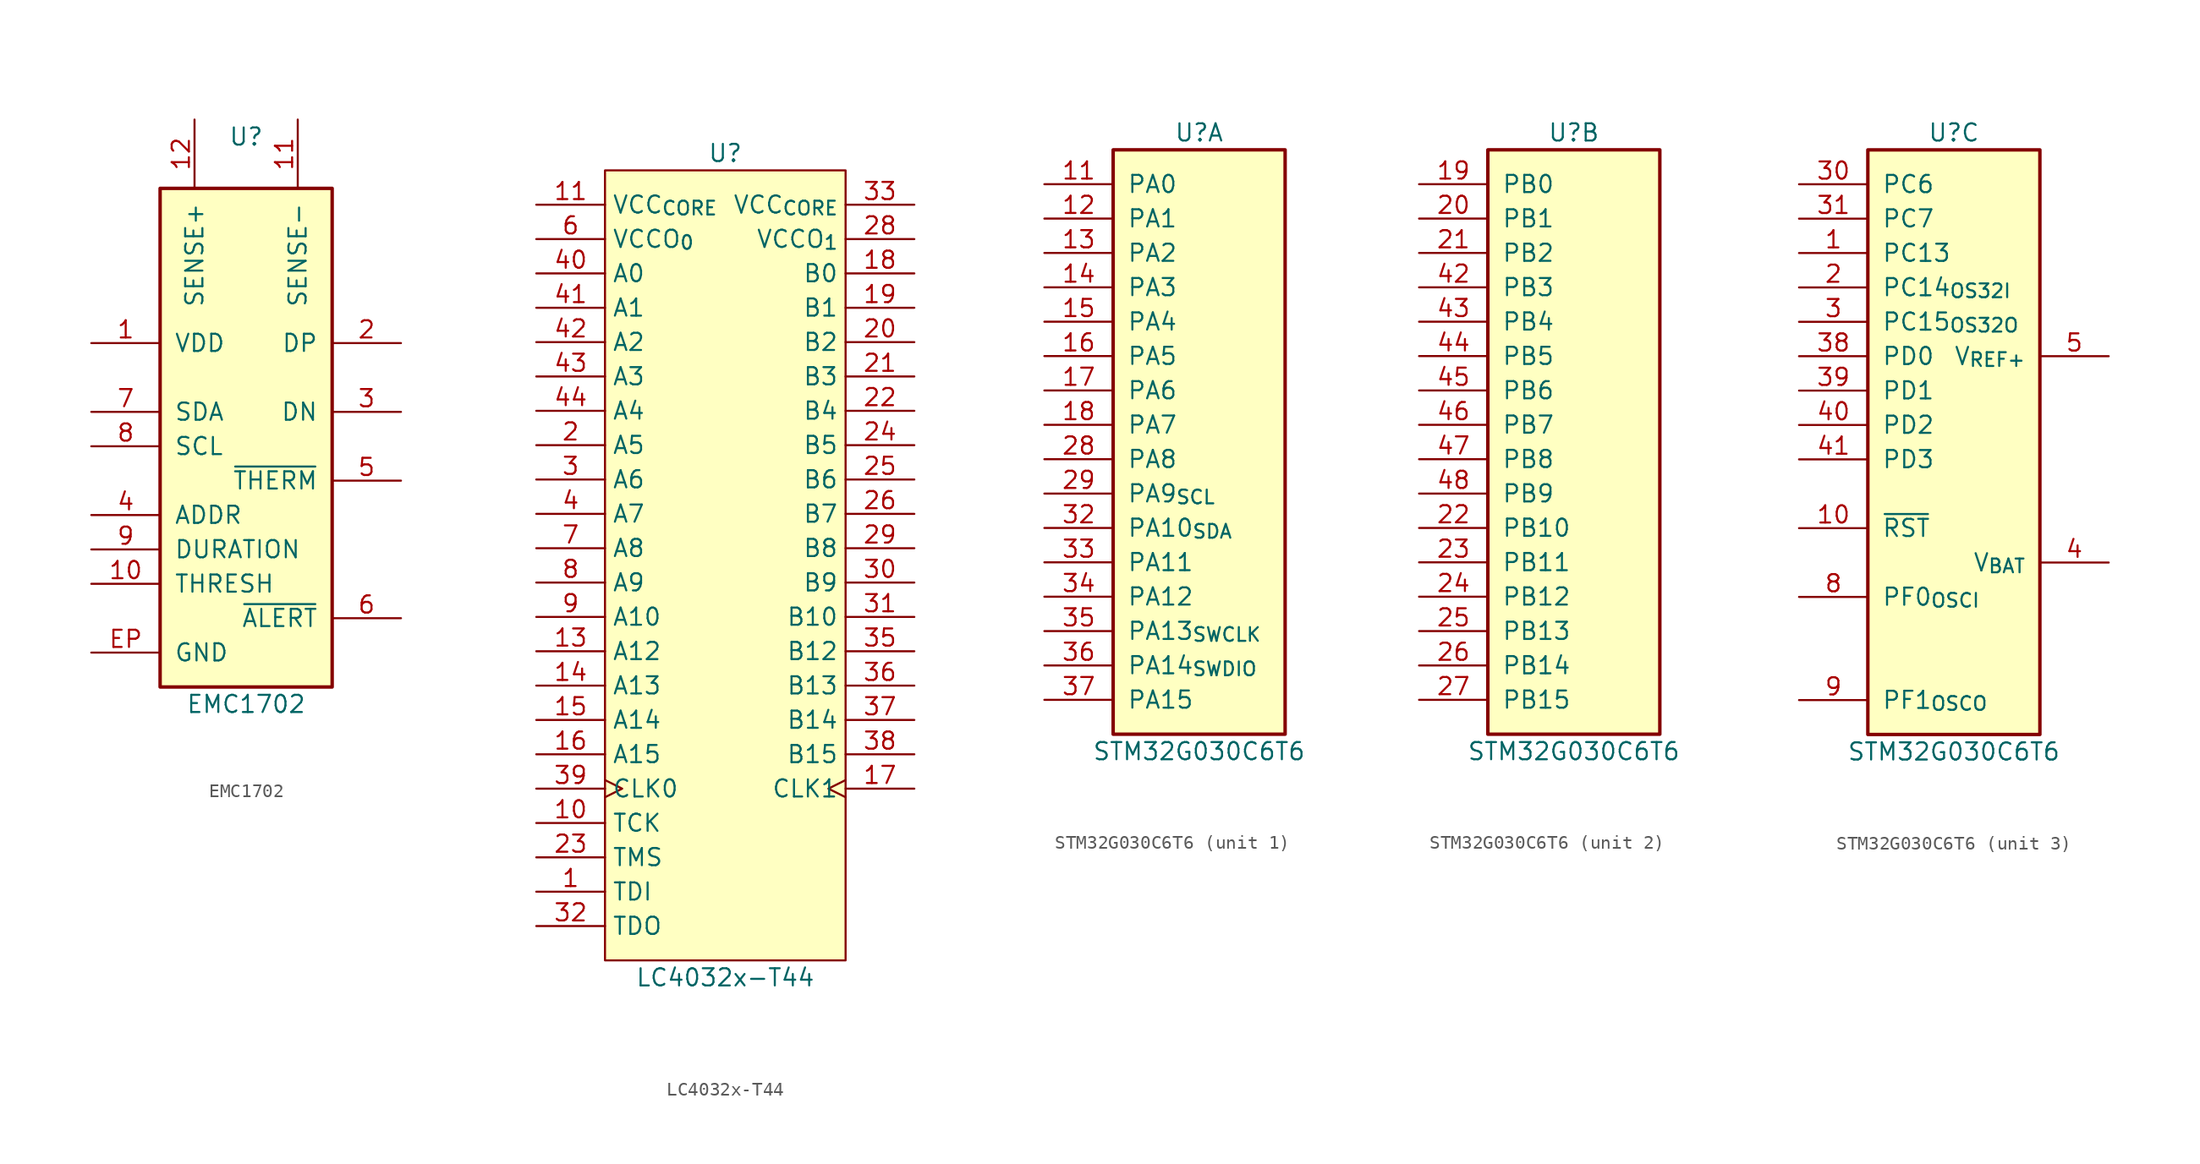
<source format=kicad_sym>
(kicad_symbol_lib
  (version 20211014)
  (generator kicad_symbol_editor)
  (symbol "EMC1702"
    (pin_names
      (offset 1.016))
    (property "Reference" "U"
      (at 0 20.32 0)
      (effects (font (size 1.27 1.27))))
    (property "Value" "EMC1702"
      (at 0 -21.59 0)
      (effects (font (size 1.27 1.27))))
    (symbol "EMC1702_0_1"
      (rectangle (start -6.35 16.51) (end 6.35 -20.32) (stroke (width 0.254) (type default) (color 0 0 0 0)) (fill (type background))))
    (symbol "EMC1702_1_1"
      (pin power_in line (at -11.43 5.08 0) (length 5.08) (name "VDD" (effects (font (size 1.27 1.27)))) (number "1" (effects (font (size 1.27 1.27)))))
      (pin passive line (at -11.43 -12.7 0) (length 5.08) (name "THRESH" (effects (font (size 1.27 1.27)))) (number "10" (effects (font (size 1.27 1.27)))))
      (pin passive line (at 3.81 21.59 270) (length 5.08) (name "SENSE-" (effects (font (size 1.27 1.27)))) (number "11" (effects (font (size 1.27 1.27)))))
      (pin passive line (at -3.81 21.59 270) (length 5.08) (name "SENSE+" (effects (font (size 1.27 1.27)))) (number "12" (effects (font (size 1.27 1.27)))))
      (pin passive line (at 11.43 5.08 180) (length 5.08) (name "DP" (effects (font (size 1.27 1.27)))) (number "2" (effects (font (size 1.27 1.27)))))
      (pin passive line (at 11.43 0 180) (length 5.08) (name "DN" (effects (font (size 1.27 1.27)))) (number "3" (effects (font (size 1.27 1.27)))))
      (pin passive line (at -11.43 -7.62 0) (length 5.08) (name "ADDR" (effects (font (size 1.27 1.27)))) (number "4" (effects (font (size 1.27 1.27)))))
      (pin open_collector line (at 11.43 -5.08 180) (length 5.08) (name "~{THERM}" (effects (font (size 1.27 1.27)))) (number "5" (effects (font (size 1.27 1.27)))))
      (pin open_collector line (at 11.43 -15.24 180) (length 5.08) (name "~{ALERT}" (effects (font (size 1.27 1.27)))) (number "6" (effects (font (size 1.27 1.27)))))
      (pin open_collector line (at -11.43 0 0) (length 5.08) (name "SDA" (effects (font (size 1.27 1.27)))) (number "7" (effects (font (size 1.27 1.27)))))
      (pin input line (at -11.43 -2.54 0) (length 5.08) (name "SCL" (effects (font (size 1.27 1.27)))) (number "8" (effects (font (size 1.27 1.27)))))
      (pin passive line (at -11.43 -10.16 0) (length 5.08) (name "DURATION" (effects (font (size 1.27 1.27)))) (number "9" (effects (font (size 1.27 1.27)))))
      (pin power_in line (at -11.43 -17.78 0) (length 5.08) (name "GND" (effects (font (size 1.27 1.27)))) (number "EP" (effects (font (size 1.27 1.27)))))))
  (symbol "LC4032x-T44"
    (property "Reference" "U"
      (at 0 30.48 0)
      (effects (font (size 1.27 1.27))))
    (property "Value" "LC4032x-T44"
      (at 0 -30.48 0)
      (effects (font (size 1.27 1.27))))
    (symbol "LC4032x-T44_0_1"
      (rectangle (start -8.89 29.21) (end 8.89 -29.21) (stroke (width 0.152) (type default) (color 0 0 0 0)) (fill (type background))))
    (symbol "LC4032x-T44_1_1"
      (pin input line (at -13.97 -24.13 0) (length 5.08) (name "TDI" (effects (font (size 1.27 1.27)))) (number "1" (effects (font (size 1.27 1.27)))))
      (pin input line (at -13.97 -19.05 0) (length 5.08) (name "TCK" (effects (font (size 1.27 1.27)))) (number "10" (effects (font (size 1.27 1.27)))))
      (pin power_in line (at -13.97 26.67 0) (length 5.08) (name "VCC_{CORE}" (effects (font (size 1.27 1.27)))) (number "11" (effects (font (size 1.27 1.27)))))
      (pin power_in line (at 13.97 -21.59 180) (length 5.08) hide (name "GND" (effects (font (size 1.27 1.27)))) (number "12" (effects (font (size 1.27 1.27)))))
      (pin bidirectional line (at -13.97 -6.35 0) (length 5.08) (name "A12" (effects (font (size 1.27 1.27)))) (number "13" (effects (font (size 1.27 1.27)))))
      (pin bidirectional line (at -13.97 -8.89 0) (length 5.08) (name "A13" (effects (font (size 1.27 1.27)))) (number "14" (effects (font (size 1.27 1.27)))))
      (pin bidirectional line (at -13.97 -11.43 0) (length 5.08) (name "A14" (effects (font (size 1.27 1.27)))) (number "15" (effects (font (size 1.27 1.27)))))
      (pin bidirectional line (at -13.97 -13.97 0) (length 5.08) (name "A15" (effects (font (size 1.27 1.27)))) (number "16" (effects (font (size 1.27 1.27)))))
      (pin input clock (at 13.97 -16.51 180) (length 5.08) (name "CLK1" (effects (font (size 1.27 1.27)))) (number "17" (effects (font (size 1.27 1.27)))))
      (pin bidirectional line (at 13.97 21.59 180) (length 5.08) (name "B0" (effects (font (size 1.27 1.27)))) (number "18" (effects (font (size 1.27 1.27)))))
      (pin bidirectional line (at 13.97 19.05 180) (length 5.08) (name "B1" (effects (font (size 1.27 1.27)))) (number "19" (effects (font (size 1.27 1.27)))))
      (pin bidirectional line (at -13.97 8.89 0) (length 5.08) (name "A5" (effects (font (size 1.27 1.27)))) (number "2" (effects (font (size 1.27 1.27)))))
      (pin bidirectional line (at 13.97 16.51 180) (length 5.08) (name "B2" (effects (font (size 1.27 1.27)))) (number "20" (effects (font (size 1.27 1.27)))))
      (pin bidirectional line (at 13.97 13.97 180) (length 5.08) (name "B3" (effects (font (size 1.27 1.27)))) (number "21" (effects (font (size 1.27 1.27)))))
      (pin bidirectional line (at 13.97 11.43 180) (length 5.08) (name "B4" (effects (font (size 1.27 1.27)))) (number "22" (effects (font (size 1.27 1.27)))))
      (pin input line (at -13.97 -21.59 0) (length 5.08) (name "TMS" (effects (font (size 1.27 1.27)))) (number "23" (effects (font (size 1.27 1.27)))))
      (pin bidirectional line (at 13.97 8.89 180) (length 5.08) (name "B5" (effects (font (size 1.27 1.27)))) (number "24" (effects (font (size 1.27 1.27)))))
      (pin bidirectional line (at 13.97 6.35 180) (length 5.08) (name "B6" (effects (font (size 1.27 1.27)))) (number "25" (effects (font (size 1.27 1.27)))))
      (pin bidirectional line (at 13.97 3.81 180) (length 5.08) (name "B7" (effects (font (size 1.27 1.27)))) (number "26" (effects (font (size 1.27 1.27)))))
      (pin power_in line (at 13.97 -24.13 180) (length 5.08) hide (name "GND" (effects (font (size 1.27 1.27)))) (number "27" (effects (font (size 1.27 1.27)))))
      (pin power_in line (at 13.97 24.13 180) (length 5.08) (name "VCCO_{1}" (effects (font (size 1.27 1.27)))) (number "28" (effects (font (size 1.27 1.27)))))
      (pin bidirectional line (at 13.97 1.27 180) (length 5.08) (name "B8" (effects (font (size 1.27 1.27)))) (number "29" (effects (font (size 1.27 1.27)))))
      (pin bidirectional line (at -13.97 6.35 0) (length 5.08) (name "A6" (effects (font (size 1.27 1.27)))) (number "3" (effects (font (size 1.27 1.27)))))
      (pin bidirectional line (at 13.97 -1.27 180) (length 5.08) (name "B9" (effects (font (size 1.27 1.27)))) (number "30" (effects (font (size 1.27 1.27)))))
      (pin bidirectional line (at 13.97 -3.81 180) (length 5.08) (name "B10" (effects (font (size 1.27 1.27)))) (number "31" (effects (font (size 1.27 1.27)))))
      (pin output line (at -13.97 -26.67 0) (length 5.08) (name "TDO" (effects (font (size 1.27 1.27)))) (number "32" (effects (font (size 1.27 1.27)))))
      (pin power_in line (at 13.97 26.67 180) (length 5.08) (name "VCC_{CORE}" (effects (font (size 1.27 1.27)))) (number "33" (effects (font (size 1.27 1.27)))))
      (pin power_in line (at 13.97 -26.67 180) (length 5.08) hide (name "GND" (effects (font (size 1.27 1.27)))) (number "34" (effects (font (size 1.27 1.27)))))
      (pin bidirectional line (at 13.97 -6.35 180) (length 5.08) (name "B12" (effects (font (size 1.27 1.27)))) (number "35" (effects (font (size 1.27 1.27)))))
      (pin bidirectional line (at 13.97 -8.89 180) (length 5.08) (name "B13" (effects (font (size 1.27 1.27)))) (number "36" (effects (font (size 1.27 1.27)))))
      (pin bidirectional line (at 13.97 -11.43 180) (length 5.08) (name "B14" (effects (font (size 1.27 1.27)))) (number "37" (effects (font (size 1.27 1.27)))))
      (pin bidirectional line (at 13.97 -13.97 180) (length 5.08) (name "B15" (effects (font (size 1.27 1.27)))) (number "38" (effects (font (size 1.27 1.27)))))
      (pin input clock (at -13.97 -16.51 0) (length 5.08) (name "CLK0" (effects (font (size 1.27 1.27)))) (number "39" (effects (font (size 1.27 1.27)))))
      (pin bidirectional line (at -13.97 3.81 0) (length 5.08) (name "A7" (effects (font (size 1.27 1.27)))) (number "4" (effects (font (size 1.27 1.27)))))
      (pin bidirectional line (at -13.97 21.59 0) (length 5.08) (name "A0" (effects (font (size 1.27 1.27)))) (number "40" (effects (font (size 1.27 1.27)))))
      (pin bidirectional line (at -13.97 19.05 0) (length 5.08) (name "A1" (effects (font (size 1.27 1.27)))) (number "41" (effects (font (size 1.27 1.27)))))
      (pin bidirectional line (at -13.97 16.51 0) (length 5.08) (name "A2" (effects (font (size 1.27 1.27)))) (number "42" (effects (font (size 1.27 1.27)))))
      (pin bidirectional line (at -13.97 13.97 0) (length 5.08) (name "A3" (effects (font (size 1.27 1.27)))) (number "43" (effects (font (size 1.27 1.27)))))
      (pin bidirectional line (at -13.97 11.43 0) (length 5.08) (name "A4" (effects (font (size 1.27 1.27)))) (number "44" (effects (font (size 1.27 1.27)))))
      (pin power_in line (at 13.97 -19.05 180) (length 5.08) hide (name "GND" (effects (font (size 1.27 1.27)))) (number "5" (effects (font (size 1.27 1.27)))))
      (pin power_in line (at -13.97 24.13 0) (length 5.08) (name "VCCO_{0}" (effects (font (size 1.27 1.27)))) (number "6" (effects (font (size 1.27 1.27)))))
      (pin bidirectional line (at -13.97 1.27 0) (length 5.08) (name "A8" (effects (font (size 1.27 1.27)))) (number "7" (effects (font (size 1.27 1.27)))))
      (pin bidirectional line (at -13.97 -1.27 0) (length 5.08) (name "A9" (effects (font (size 1.27 1.27)))) (number "8" (effects (font (size 1.27 1.27)))))
      (pin bidirectional line (at -13.97 -3.81 0) (length 5.08) (name "A10" (effects (font (size 1.27 1.27)))) (number "9" (effects (font (size 1.27 1.27)))))))
  (symbol "STM32G030C6T6"
    (pin_names
      (offset 1.016))
    (property "Reference" "U"
      (at 0 22.86 0)
      (effects (font (size 1.27 1.27))))
    (property "Value" "STM32G030C6T6"
      (at 0 -22.86 0)
      (effects (font (size 1.27 1.27))))
    (property "ki_locked" ""
      (at 0 0 0)
      (effects (font (size 1.27 1.27))))
    (symbol "STM32G030C6T6_1_1"
      (rectangle (start -6.35 21.59) (end 6.35 -21.59) (stroke (width 0.254) (type default) (color 0 0 0 0)) (fill (type background)))
      (pin passive line (at -11.43 19.05 0) (length 5.08) (name "PA0" (effects (font (size 1.27 1.27)))) (number "11" (effects (font (size 1.27 1.27)))))
      (pin passive line (at -11.43 16.51 0) (length 5.08) (name "PA1" (effects (font (size 1.27 1.27)))) (number "12" (effects (font (size 1.27 1.27)))))
      (pin passive line (at -11.43 13.97 0) (length 5.08) (name "PA2" (effects (font (size 1.27 1.27)))) (number "13" (effects (font (size 1.27 1.27)))))
      (pin passive line (at -11.43 11.43 0) (length 5.08) (name "PA3" (effects (font (size 1.27 1.27)))) (number "14" (effects (font (size 1.27 1.27)))))
      (pin passive line (at -11.43 8.89 0) (length 5.08) (name "PA4" (effects (font (size 1.27 1.27)))) (number "15" (effects (font (size 1.27 1.27)))))
      (pin passive line (at -11.43 6.35 0) (length 5.08) (name "PA5" (effects (font (size 1.27 1.27)))) (number "16" (effects (font (size 1.27 1.27)))))
      (pin passive line (at -11.43 3.81 0) (length 5.08) (name "PA6" (effects (font (size 1.27 1.27)))) (number "17" (effects (font (size 1.27 1.27)))))
      (pin passive line (at -11.43 1.27 0) (length 5.08) (name "PA7" (effects (font (size 1.27 1.27)))) (number "18" (effects (font (size 1.27 1.27)))))
      (pin passive line (at -11.43 -1.27 0) (length 5.08) (name "PA8" (effects (font (size 1.27 1.27)))) (number "28" (effects (font (size 1.27 1.27)))))
      (pin passive line (at -11.43 -3.81 0) (length 5.08) (name "PA9_{SCL}" (effects (font (size 1.27 1.27)))) (number "29" (effects (font (size 1.27 1.27)))))
      (pin passive line (at -11.43 -6.35 0) (length 5.08) (name "PA10_{SDA}" (effects (font (size 1.27 1.27)))) (number "32" (effects (font (size 1.27 1.27)))))
      (pin passive line (at -11.43 -8.89 0) (length 5.08) (name "PA11" (effects (font (size 1.27 1.27)))) (number "33" (effects (font (size 1.27 1.27)))))
      (pin passive line (at -11.43 -11.43 0) (length 5.08) (name "PA12" (effects (font (size 1.27 1.27)))) (number "34" (effects (font (size 1.27 1.27)))))
      (pin passive line (at -11.43 -13.97 0) (length 5.08) (name "PA13_{SWCLK}" (effects (font (size 1.27 1.27)))) (number "35" (effects (font (size 1.27 1.27)))))
      (pin passive line (at -11.43 -16.51 0) (length 5.08) (name "PA14_{SWDIO}" (effects (font (size 1.27 1.27)))) (number "36" (effects (font (size 1.27 1.27)))))
      (pin passive line (at -11.43 -19.05 0) (length 5.08) (name "PA15" (effects (font (size 1.27 1.27)))) (number "37" (effects (font (size 1.27 1.27))))))
    (symbol "STM32G030C6T6_2_1"
      (rectangle (start -6.35 -21.59) (end 6.35 21.59) (stroke (width 0.254) (type default) (color 0 0 0 0)) (fill (type background)))
      (pin passive line (at -11.43 19.05 0) (length 5.08) (name "PB0" (effects (font (size 1.27 1.27)))) (number "19" (effects (font (size 1.27 1.27)))))
      (pin passive line (at -11.43 16.51 0) (length 5.08) (name "PB1" (effects (font (size 1.27 1.27)))) (number "20" (effects (font (size 1.27 1.27)))))
      (pin passive line (at -11.43 13.97 0) (length 5.08) (name "PB2" (effects (font (size 1.27 1.27)))) (number "21" (effects (font (size 1.27 1.27)))))
      (pin passive line (at -11.43 -6.35 0) (length 5.08) (name "PB10" (effects (font (size 1.27 1.27)))) (number "22" (effects (font (size 1.27 1.27)))))
      (pin passive line (at -11.43 -8.89 0) (length 5.08) (name "PB11" (effects (font (size 1.27 1.27)))) (number "23" (effects (font (size 1.27 1.27)))))
      (pin passive line (at -11.43 -11.43 0) (length 5.08) (name "PB12" (effects (font (size 1.27 1.27)))) (number "24" (effects (font (size 1.27 1.27)))))
      (pin passive line (at -11.43 -13.97 0) (length 5.08) (name "PB13" (effects (font (size 1.27 1.27)))) (number "25" (effects (font (size 1.27 1.27)))))
      (pin passive line (at -11.43 -16.51 0) (length 5.08) (name "PB14" (effects (font (size 1.27 1.27)))) (number "26" (effects (font (size 1.27 1.27)))))
      (pin passive line (at -11.43 -19.05 0) (length 5.08) (name "PB15" (effects (font (size 1.27 1.27)))) (number "27" (effects (font (size 1.27 1.27)))))
      (pin passive line (at -11.43 11.43 0) (length 5.08) (name "PB3" (effects (font (size 1.27 1.27)))) (number "42" (effects (font (size 1.27 1.27)))))
      (pin passive line (at -11.43 8.89 0) (length 5.08) (name "PB4" (effects (font (size 1.27 1.27)))) (number "43" (effects (font (size 1.27 1.27)))))
      (pin passive line (at -11.43 6.35 0) (length 5.08) (name "PB5" (effects (font (size 1.27 1.27)))) (number "44" (effects (font (size 1.27 1.27)))))
      (pin passive line (at -11.43 3.81 0) (length 5.08) (name "PB6" (effects (font (size 1.27 1.27)))) (number "45" (effects (font (size 1.27 1.27)))))
      (pin passive line (at -11.43 1.27 0) (length 5.08) (name "PB7" (effects (font (size 1.27 1.27)))) (number "46" (effects (font (size 1.27 1.27)))))
      (pin passive line (at -11.43 -1.27 0) (length 5.08) (name "PB8" (effects (font (size 1.27 1.27)))) (number "47" (effects (font (size 1.27 1.27)))))
      (pin passive line (at -11.43 -3.81 0) (length 5.08) (name "PB9" (effects (font (size 1.27 1.27)))) (number "48" (effects (font (size 1.27 1.27))))))
    (symbol "STM32G030C6T6_3_1"
      (rectangle (start -6.35 -21.59) (end 6.35 21.59) (stroke (width 0.254) (type default) (color 0 0 0 0)) (fill (type background)))
      (pin passive line (at -11.43 13.97 0) (length 5.08) (name "PC13" (effects (font (size 1.27 1.27)))) (number "1" (effects (font (size 1.27 1.27)))))
      (pin passive line (at -11.43 -6.35 0) (length 5.08) (name "~{RST}" (effects (font (size 1.27 1.27)))) (number "10" (effects (font (size 1.27 1.27)))))
      (pin passive line (at -11.43 11.43 0) (length 5.08) (name "PC14_{OS32I}" (effects (font (size 1.27 1.27)))) (number "2" (effects (font (size 1.27 1.27)))))
      (pin passive line (at -11.43 8.89 0) (length 5.08) (name "PC15_{OS32O}" (effects (font (size 1.27 1.27)))) (number "3" (effects (font (size 1.27 1.27)))))
      (pin passive line (at -11.43 19.05 0) (length 5.08) (name "PC6" (effects (font (size 1.27 1.27)))) (number "30" (effects (font (size 1.27 1.27)))))
      (pin passive line (at -11.43 16.51 0) (length 5.08) (name "PC7" (effects (font (size 1.27 1.27)))) (number "31" (effects (font (size 1.27 1.27)))))
      (pin passive line (at -11.43 6.35 0) (length 5.08) (name "PD0" (effects (font (size 1.27 1.27)))) (number "38" (effects (font (size 1.27 1.27)))))
      (pin passive line (at -11.43 3.81 0) (length 5.08) (name "PD1" (effects (font (size 1.27 1.27)))) (number "39" (effects (font (size 1.27 1.27)))))
      (pin input line (at 11.43 -8.89 180) (length 5.08) (name "V_{BAT}" (effects (font (size 1.27 1.27)))) (number "4" (effects (font (size 1.27 1.27)))))
      (pin passive line (at -11.43 1.27 0) (length 5.08) (name "PD2" (effects (font (size 1.27 1.27)))) (number "40" (effects (font (size 1.27 1.27)))))
      (pin passive line (at -11.43 -1.27 0) (length 5.08) (name "PD3" (effects (font (size 1.27 1.27)))) (number "41" (effects (font (size 1.27 1.27)))))
      (pin input line (at 11.43 6.35 180) (length 5.08) (name "V_{REF+}" (effects (font (size 1.27 1.27)))) (number "5" (effects (font (size 1.27 1.27)))))
      (pin power_in line (at 11.43 19.05 180) (length 5.08) hide (name "VCC" (effects (font (size 1.27 1.27)))) (number "6" (effects (font (size 1.27 1.27)))))
      (pin power_in line (at 11.43 -19.05 180) (length 5.08) hide (name "GND" (effects (font (size 1.27 1.27)))) (number "7" (effects (font (size 1.27 1.27)))))
      (pin passive line (at -11.43 -11.43 0) (length 5.08) (name "PF0_{OSCI}" (effects (font (size 1.27 1.27)))) (number "8" (effects (font (size 1.27 1.27)))))
      (pin passive line (at -11.43 -19.05 0) (length 5.08) (name "PF1_{OSCO}" (effects (font (size 1.27 1.27)))) (number "9" (effects (font (size 1.27 1.27))))))))
</source>
